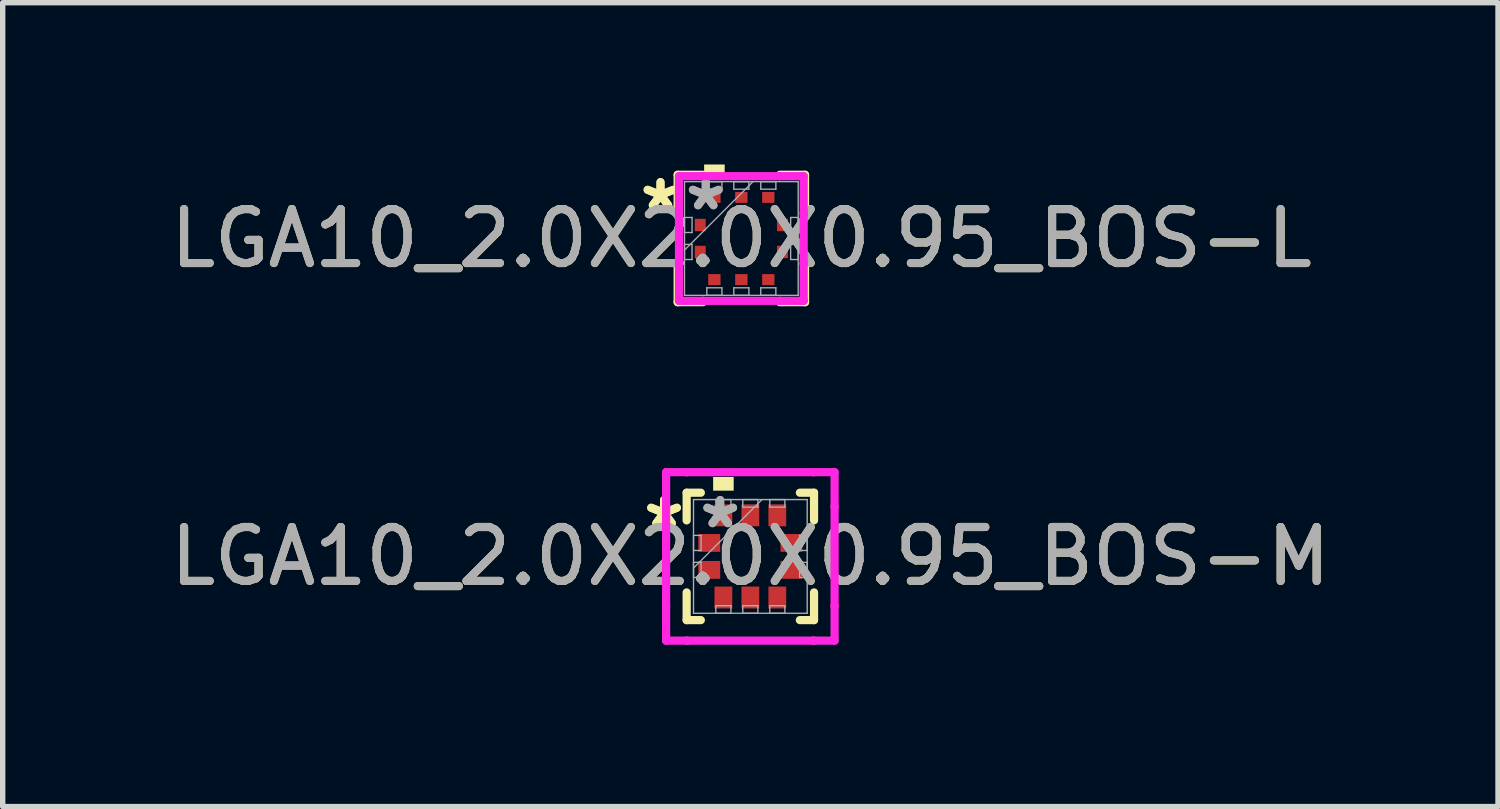
<source format=kicad_pcb>
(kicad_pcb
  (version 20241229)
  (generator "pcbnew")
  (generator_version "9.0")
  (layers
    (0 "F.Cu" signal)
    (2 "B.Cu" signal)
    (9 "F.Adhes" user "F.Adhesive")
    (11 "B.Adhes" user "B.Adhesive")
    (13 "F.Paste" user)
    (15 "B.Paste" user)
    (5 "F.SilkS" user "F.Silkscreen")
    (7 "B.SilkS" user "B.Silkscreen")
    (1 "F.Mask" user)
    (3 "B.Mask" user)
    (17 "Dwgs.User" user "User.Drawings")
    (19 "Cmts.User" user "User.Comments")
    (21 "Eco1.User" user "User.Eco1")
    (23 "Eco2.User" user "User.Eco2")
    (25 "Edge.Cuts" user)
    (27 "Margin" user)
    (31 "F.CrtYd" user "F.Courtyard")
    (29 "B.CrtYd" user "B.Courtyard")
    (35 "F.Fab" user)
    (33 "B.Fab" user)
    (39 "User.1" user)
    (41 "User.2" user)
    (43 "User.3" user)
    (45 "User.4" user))
  (footprint "LGA10_2.0X2.0X0.95_BOS-M"
    (layer "F.Cu")
    (at 10.863 7.267)
    (property "Reference" "LGA10_2.0X2.0X0.95_BOS-M" (at 0 0 0) (unlocked yes) (layer "F.SilkS") (effects (font (size 1 1) (thickness 0.15))))
    (attr smd)
    (fp_line (start -1.181 -1.181) (end -1.181 -0.668) (stroke (width 0.152) (type solid)) (layer "F.SilkS"))
    (fp_line (start -1.181 0.668) (end -1.181 1.181) (stroke (width 0.152) (type solid)) (layer "F.SilkS"))
    (fp_line (start -1.181 1.181) (end -0.918 1.181) (stroke (width 0.152) (type solid)) (layer "F.SilkS"))
    (fp_line (start -0.918 -1.181) (end -1.181 -1.181) (stroke (width 0.152) (type solid)) (layer "F.SilkS"))
    (fp_line (start 0.918 1.181) (end 1.181 1.181) (stroke (width 0.152) (type solid)) (layer "F.SilkS"))
    (fp_line (start 1.181 -1.181) (end 0.918 -1.181) (stroke (width 0.152) (type solid)) (layer "F.SilkS"))
    (fp_line (start 1.181 -0.668) (end 1.181 -1.181) (stroke (width 0.152) (type solid)) (layer "F.SilkS"))
    (fp_line (start 1.181 1.181) (end 1.181 0.668) (stroke (width 0.152) (type solid)) (layer "F.SilkS"))
    (fp_poly (pts (xy -0.69 -1.219) (xy -0.69 -1.473) (xy -0.309 -1.473) (xy -0.309 -1.219)) (stroke (width 0) (type solid)) (fill yes) (layer "F.SilkS"))
    (fp_line (start -1.562 -1.562) (end -1.173 -1.562) (stroke (width 0.152) (type solid)) (layer "F.CrtYd"))
    (fp_line (start -1.562 -0.923) (end -1.562 -1.562) (stroke (width 0.152) (type solid)) (layer "F.CrtYd"))
    (fp_line (start -1.562 -0.923) (end -1.562 -0.923) (stroke (width 0.152) (type solid)) (layer "F.CrtYd"))
    (fp_line (start -1.562 0.923) (end -1.562 -0.923) (stroke (width 0.152) (type solid)) (layer "F.CrtYd"))
    (fp_line (start -1.562 0.923) (end -1.562 0.923) (stroke (width 0.152) (type solid)) (layer "F.CrtYd"))
    (fp_line (start -1.562 1.562) (end -1.562 0.923) (stroke (width 0.152) (type solid)) (layer "F.CrtYd"))
    (fp_line (start -1.173 -1.562) (end -1.173 -1.562) (stroke (width 0.152) (type solid)) (layer "F.CrtYd"))
    (fp_line (start -1.173 -1.562) (end 1.173 -1.562) (stroke (width 0.152) (type solid)) (layer "F.CrtYd"))
    (fp_line (start -1.173 1.562) (end -1.562 1.562) (stroke (width 0.152) (type solid)) (layer "F.CrtYd"))
    (fp_line (start -1.173 1.562) (end -1.173 1.562) (stroke (width 0.152) (type solid)) (layer "F.CrtYd"))
    (fp_line (start 1.173 -1.562) (end 1.173 -1.562) (stroke (width 0.152) (type solid)) (layer "F.CrtYd"))
    (fp_line (start 1.173 -1.562) (end 1.562 -1.562) (stroke (width 0.152) (type solid)) (layer "F.CrtYd"))
    (fp_line (start 1.173 1.562) (end -1.173 1.562) (stroke (width 0.152) (type solid)) (layer "F.CrtYd"))
    (fp_line (start 1.173 1.562) (end 1.173 1.562) (stroke (width 0.152) (type solid)) (layer "F.CrtYd"))
    (fp_line (start 1.562 -1.562) (end 1.562 -0.923) (stroke (width 0.152) (type solid)) (layer "F.CrtYd"))
    (fp_line (start 1.562 -0.923) (end 1.562 -0.923) (stroke (width 0.152) (type solid)) (layer "F.CrtYd"))
    (fp_line (start 1.562 -0.923) (end 1.562 0.923) (stroke (width 0.152) (type solid)) (layer "F.CrtYd"))
    (fp_line (start 1.562 0.923) (end 1.562 0.923) (stroke (width 0.152) (type solid)) (layer "F.CrtYd"))
    (fp_line (start 1.562 0.923) (end 1.562 1.562) (stroke (width 0.152) (type solid)) (layer "F.CrtYd"))
    (fp_line (start 1.562 1.562) (end 1.173 1.562) (stroke (width 0.152) (type solid)) (layer "F.CrtYd"))
    (fp_line (start -1.054 -1.054) (end -1.054 -1.054) (stroke (width 0.025) (type solid)) (layer "F.Fab"))
    (fp_line (start -1.054 -1.054) (end -1.054 1.054) (stroke (width 0.025) (type solid)) (layer "F.Fab"))
    (fp_line (start -1.054 -0.39) (end -0.914 -0.39) (stroke (width 0.025) (type solid)) (layer "F.Fab"))
    (fp_line (start -1.054 -0.11) (end -1.054 -0.39) (stroke (width 0.025) (type solid)) (layer "F.Fab"))
    (fp_line (start -1.054 0.11) (end -0.914 0.11) (stroke (width 0.025) (type solid)) (layer "F.Fab"))
    (fp_line (start -1.054 0.216) (end 0.216 -1.054) (stroke (width 0.025) (type solid)) (layer "F.Fab"))
    (fp_line (start -1.054 0.39) (end -1.054 0.11) (stroke (width 0.025) (type solid)) (layer "F.Fab"))
    (fp_line (start -1.054 1.054) (end -1.054 1.054) (stroke (width 0.025) (type solid)) (layer "F.Fab"))
    (fp_line (start -1.054 1.054) (end 1.054 1.054) (stroke (width 0.025) (type solid)) (layer "F.Fab"))
    (fp_line (start -0.914 -0.39) (end -0.914 -0.11) (stroke (width 0.025) (type solid)) (layer "F.Fab"))
    (fp_line (start -0.914 -0.11) (end -1.054 -0.11) (stroke (width 0.025) (type solid)) (layer "F.Fab"))
    (fp_line (start -0.914 0.11) (end -0.914 0.39) (stroke (width 0.025) (type solid)) (layer "F.Fab"))
    (fp_line (start -0.914 0.39) (end -1.054 0.39) (stroke (width 0.025) (type solid)) (layer "F.Fab"))
    (fp_line (start -0.64 -1.054) (end -0.36 -1.054) (stroke (width 0.025) (type solid)) (layer "F.Fab"))
    (fp_line (start -0.64 -0.914) (end -0.64 -1.054) (stroke (width 0.025) (type solid)) (layer "F.Fab"))
    (fp_line (start -0.64 0.914) (end -0.36 0.914) (stroke (width 0.025) (type solid)) (layer "F.Fab"))
    (fp_line (start -0.64 1.054) (end -0.64 0.914) (stroke (width 0.025) (type solid)) (layer "F.Fab"))
    (fp_line (start -0.36 -1.054) (end -0.36 -0.914) (stroke (width 0.025) (type solid)) (layer "F.Fab"))
    (fp_line (start -0.36 -0.914) (end -0.64 -0.914) (stroke (width 0.025) (type solid)) (layer "F.Fab"))
    (fp_line (start -0.36 0.914) (end -0.36 1.054) (stroke (width 0.025) (type solid)) (layer "F.Fab"))
    (fp_line (start -0.36 1.054) (end -0.64 1.054) (stroke (width 0.025) (type solid)) (layer "F.Fab"))
    (fp_line (start -0.14 -1.054) (end 0.14 -1.054) (stroke (width 0.025) (type solid)) (layer "F.Fab"))
    (fp_line (start -0.14 -0.914) (end -0.14 -1.054) (stroke (width 0.025) (type solid)) (layer "F.Fab"))
    (fp_line (start -0.14 0.914) (end 0.14 0.914) (stroke (width 0.025) (type solid)) (layer "F.Fab"))
    (fp_line (start -0.14 1.054) (end -0.14 0.914) (stroke (width 0.025) (type solid)) (layer "F.Fab"))
    (fp_line (start 0.14 -1.054) (end 0.14 -0.914) (stroke (width 0.025) (type solid)) (layer "F.Fab"))
    (fp_line (start 0.14 -0.914) (end -0.14 -0.914) (stroke (width 0.025) (type solid)) (layer "F.Fab"))
    (fp_line (start 0.14 0.914) (end 0.14 1.054) (stroke (width 0.025) (type solid)) (layer "F.Fab"))
    (fp_line (start 0.14 1.054) (end -0.14 1.054) (stroke (width 0.025) (type solid)) (layer "F.Fab"))
    (fp_line (start 0.36 -1.054) (end 0.64 -1.054) (stroke (width 0.025) (type solid)) (layer "F.Fab"))
    (fp_line (start 0.36 -0.914) (end 0.36 -1.054) (stroke (width 0.025) (type solid)) (layer "F.Fab"))
    (fp_line (start 0.36 0.914) (end 0.64 0.914) (stroke (width 0.025) (type solid)) (layer "F.Fab"))
    (fp_line (start 0.36 1.054) (end 0.36 0.914) (stroke (width 0.025) (type solid)) (layer "F.Fab"))
    (fp_line (start 0.64 -1.054) (end 0.64 -0.914) (stroke (width 0.025) (type solid)) (layer "F.Fab"))
    (fp_line (start 0.64 -0.914) (end 0.36 -0.914) (stroke (width 0.025) (type solid)) (layer "F.Fab"))
    (fp_line (start 0.64 0.914) (end 0.64 1.054) (stroke (width 0.025) (type solid)) (layer "F.Fab"))
    (fp_line (start 0.64 1.054) (end 0.36 1.054) (stroke (width 0.025) (type solid)) (layer "F.Fab"))
    (fp_line (start 0.914 -0.39) (end 1.054 -0.39) (stroke (width 0.025) (type solid)) (layer "F.Fab"))
    (fp_line (start 0.914 -0.11) (end 0.914 -0.39) (stroke (width 0.025) (type solid)) (layer "F.Fab"))
    (fp_line (start 0.914 0.11) (end 1.054 0.11) (stroke (width 0.025) (type solid)) (layer "F.Fab"))
    (fp_line (start 0.914 0.39) (end 0.914 0.11) (stroke (width 0.025) (type solid)) (layer "F.Fab"))
    (fp_line (start 1.054 -1.054) (end -1.054 -1.054) (stroke (width 0.025) (type solid)) (layer "F.Fab"))
    (fp_line (start 1.054 -1.054) (end 1.054 -1.054) (stroke (width 0.025) (type solid)) (layer "F.Fab"))
    (fp_line (start 1.054 -0.39) (end 1.054 -0.11) (stroke (width 0.025) (type solid)) (layer "F.Fab"))
    (fp_line (start 1.054 -0.11) (end 0.914 -0.11) (stroke (width 0.025) (type solid)) (layer "F.Fab"))
    (fp_line (start 1.054 0.11) (end 1.054 0.39) (stroke (width 0.025) (type solid)) (layer "F.Fab"))
    (fp_line (start 1.054 0.39) (end 0.914 0.39) (stroke (width 0.025) (type solid)) (layer "F.Fab"))
    (fp_line (start 1.054 1.054) (end 1.054 -1.054) (stroke (width 0.025) (type solid)) (layer "F.Fab"))
    (fp_line (start 1.054 1.054) (end 1.054 1.054) (stroke (width 0.025) (type solid)) (layer "F.Fab"))
    (fp_text user "*" (at -1.6 -0.5 0) (layer "F.SilkS") (effects (font (size 1 1) (thickness 0.15))))
    (fp_text user "*" (at -1.6 -0.5 0) (unlocked yes) (layer "F.SilkS") (effects (font (size 1 1) (thickness 0.15))))
    (fp_text user "*" (at -0.559 -0.5 0) (unlocked yes) (layer "F.Fab") (effects (font (size 1 1) (thickness 0.15))))
    (fp_text user "*" (at -0.559 -0.5 0) (layer "F.Fab") (effects (font (size 1 1) (thickness 0.15))))
    (fp_text user "${REFERENCE}" (at 0 0 0) (unlocked yes) (layer "F.Fab") (effects (font (size 1 1) (thickness 0.15))))
    (pad "1" smd rect (at -0.762 -0.25 90) (size 0.33 0.406) (layers "F.Cu" "F.Mask" "F.Paste"))
    (pad "2" smd rect (at -0.762 0.25 90) (size 0.33 0.406) (layers "F.Cu" "F.Mask" "F.Paste"))
    (pad "3" smd rect (at -0.5 0.762) (size 0.33 0.406) (layers "F.Cu" "F.Mask" "F.Paste"))
    (pad "4" smd rect (at 0 0.762) (size 0.33 0.406) (layers "F.Cu" "F.Mask" "F.Paste"))
    (pad "5" smd rect (at 0.5 0.762) (size 0.33 0.406) (layers "F.Cu" "F.Mask" "F.Paste"))
    (pad "6" smd rect (at 0.762 0.25 90) (size 0.33 0.406) (layers "F.Cu" "F.Mask" "F.Paste"))
    (pad "7" smd rect (at 0.762 -0.25 90) (size 0.33 0.406) (layers "F.Cu" "F.Mask" "F.Paste"))
    (pad "8" smd rect (at 0.5 -0.762) (size 0.33 0.406) (layers "F.Cu" "F.Mask" "F.Paste"))
    (pad "9" smd rect (at 0 -0.762) (size 0.33 0.406) (layers "F.Cu" "F.Mask" "F.Paste"))
    (pad "10" smd rect (at -0.5 -0.762) (size 0.33 0.406) (layers "F.Cu" "F.Mask" "F.Paste")))
  (footprint "LGA10_2.0X2.0X0.95_BOS-L"
    (layer "F.Cu")
    (at 10.696 1.372)
    (property "Reference" "LGA10_2.0X2.0X0.95_BOS-L" (at 0 0 0) (unlocked yes) (layer "F.SilkS") (effects (font (size 1 1) (thickness 0.15))))
    (attr smd)
    (fp_line (start -1.181 -1.181) (end -1.181 -0.464) (stroke (width 0.152) (type solid)) (layer "F.SilkS"))
    (fp_line (start -1.181 0.464) (end -1.181 1.181) (stroke (width 0.152) (type solid)) (layer "F.SilkS"))
    (fp_line (start -1.181 1.181) (end -0.714 1.181) (stroke (width 0.152) (type solid)) (layer "F.SilkS"))
    (fp_line (start -0.714 -1.181) (end -1.181 -1.181) (stroke (width 0.152) (type solid)) (layer "F.SilkS"))
    (fp_line (start 0.714 1.181) (end 1.181 1.181) (stroke (width 0.152) (type solid)) (layer "F.SilkS"))
    (fp_line (start 1.181 -1.181) (end 0.714 -1.181) (stroke (width 0.152) (type solid)) (layer "F.SilkS"))
    (fp_line (start 1.181 -0.464) (end 1.181 -1.181) (stroke (width 0.152) (type solid)) (layer "F.SilkS"))
    (fp_line (start 1.181 1.181) (end 1.181 0.464) (stroke (width 0.152) (type solid)) (layer "F.SilkS"))
    (fp_poly (pts (xy -0.69 -1.118) (xy -0.69 -1.372) (xy -0.309 -1.372) (xy -0.309 -1.118)) (stroke (width 0) (type solid)) (fill yes) (layer "F.SilkS"))
    (fp_line (start -1.156 -1.156) (end -0.716 -1.156) (stroke (width 0.152) (type solid)) (layer "F.CrtYd"))
    (fp_line (start -1.156 -0.466) (end -1.156 -1.156) (stroke (width 0.152) (type solid)) (layer "F.CrtYd"))
    (fp_line (start -1.156 -0.466) (end -1.156 -0.466) (stroke (width 0.152) (type solid)) (layer "F.CrtYd"))
    (fp_line (start -1.156 0.466) (end -1.156 -0.466) (stroke (width 0.152) (type solid)) (layer "F.CrtYd"))
    (fp_line (start -1.156 0.466) (end -1.156 0.466) (stroke (width 0.152) (type solid)) (layer "F.CrtYd"))
    (fp_line (start -1.156 1.156) (end -1.156 0.466) (stroke (width 0.152) (type solid)) (layer "F.CrtYd"))
    (fp_line (start -0.716 -1.156) (end -0.716 -1.156) (stroke (width 0.152) (type solid)) (layer "F.CrtYd"))
    (fp_line (start -0.716 -1.156) (end 0.716 -1.156) (stroke (width 0.152) (type solid)) (layer "F.CrtYd"))
    (fp_line (start -0.716 1.156) (end -1.156 1.156) (stroke (width 0.152) (type solid)) (layer "F.CrtYd"))
    (fp_line (start -0.716 1.156) (end -0.716 1.156) (stroke (width 0.152) (type solid)) (layer "F.CrtYd"))
    (fp_line (start 0.716 -1.156) (end 0.716 -1.156) (stroke (width 0.152) (type solid)) (layer "F.CrtYd"))
    (fp_line (start 0.716 -1.156) (end 1.156 -1.156) (stroke (width 0.152) (type solid)) (layer "F.CrtYd"))
    (fp_line (start 0.716 1.156) (end -0.716 1.156) (stroke (width 0.152) (type solid)) (layer "F.CrtYd"))
    (fp_line (start 0.716 1.156) (end 0.716 1.156) (stroke (width 0.152) (type solid)) (layer "F.CrtYd"))
    (fp_line (start 1.156 -1.156) (end 1.156 -0.466) (stroke (width 0.152) (type solid)) (layer "F.CrtYd"))
    (fp_line (start 1.156 -0.466) (end 1.156 -0.466) (stroke (width 0.152) (type solid)) (layer "F.CrtYd"))
    (fp_line (start 1.156 -0.466) (end 1.156 0.466) (stroke (width 0.152) (type solid)) (layer "F.CrtYd"))
    (fp_line (start 1.156 0.466) (end 1.156 0.466) (stroke (width 0.152) (type solid)) (layer "F.CrtYd"))
    (fp_line (start 1.156 0.466) (end 1.156 1.156) (stroke (width 0.152) (type solid)) (layer "F.CrtYd"))
    (fp_line (start 1.156 1.156) (end 0.716 1.156) (stroke (width 0.152) (type solid)) (layer "F.CrtYd"))
    (fp_line (start -1.054 -1.054) (end -1.054 -1.054) (stroke (width 0.025) (type solid)) (layer "F.Fab"))
    (fp_line (start -1.054 -1.054) (end -1.054 1.054) (stroke (width 0.025) (type solid)) (layer "F.Fab"))
    (fp_line (start -1.054 -0.39) (end -0.914 -0.39) (stroke (width 0.025) (type solid)) (layer "F.Fab"))
    (fp_line (start -1.054 -0.11) (end -1.054 -0.39) (stroke (width 0.025) (type solid)) (layer "F.Fab"))
    (fp_line (start -1.054 0.11) (end -0.914 0.11) (stroke (width 0.025) (type solid)) (layer "F.Fab"))
    (fp_line (start -1.054 0.216) (end 0.216 -1.054) (stroke (width 0.025) (type solid)) (layer "F.Fab"))
    (fp_line (start -1.054 0.39) (end -1.054 0.11) (stroke (width 0.025) (type solid)) (layer "F.Fab"))
    (fp_line (start -1.054 1.054) (end -1.054 1.054) (stroke (width 0.025) (type solid)) (layer "F.Fab"))
    (fp_line (start -1.054 1.054) (end 1.054 1.054) (stroke (width 0.025) (type solid)) (layer "F.Fab"))
    (fp_line (start -0.914 -0.39) (end -0.914 -0.11) (stroke (width 0.025) (type solid)) (layer "F.Fab"))
    (fp_line (start -0.914 -0.11) (end -1.054 -0.11) (stroke (width 0.025) (type solid)) (layer "F.Fab"))
    (fp_line (start -0.914 0.11) (end -0.914 0.39) (stroke (width 0.025) (type solid)) (layer "F.Fab"))
    (fp_line (start -0.914 0.39) (end -1.054 0.39) (stroke (width 0.025) (type solid)) (layer "F.Fab"))
    (fp_line (start -0.64 -1.054) (end -0.36 -1.054) (stroke (width 0.025) (type solid)) (layer "F.Fab"))
    (fp_line (start -0.64 -0.914) (end -0.64 -1.054) (stroke (width 0.025) (type solid)) (layer "F.Fab"))
    (fp_line (start -0.64 0.914) (end -0.36 0.914) (stroke (width 0.025) (type solid)) (layer "F.Fab"))
    (fp_line (start -0.64 1.054) (end -0.64 0.914) (stroke (width 0.025) (type solid)) (layer "F.Fab"))
    (fp_line (start -0.36 -1.054) (end -0.36 -0.914) (stroke (width 0.025) (type solid)) (layer "F.Fab"))
    (fp_line (start -0.36 -0.914) (end -0.64 -0.914) (stroke (width 0.025) (type solid)) (layer "F.Fab"))
    (fp_line (start -0.36 0.914) (end -0.36 1.054) (stroke (width 0.025) (type solid)) (layer "F.Fab"))
    (fp_line (start -0.36 1.054) (end -0.64 1.054) (stroke (width 0.025) (type solid)) (layer "F.Fab"))
    (fp_line (start -0.14 -1.054) (end 0.14 -1.054) (stroke (width 0.025) (type solid)) (layer "F.Fab"))
    (fp_line (start -0.14 -0.914) (end -0.14 -1.054) (stroke (width 0.025) (type solid)) (layer "F.Fab"))
    (fp_line (start -0.14 0.914) (end 0.14 0.914) (stroke (width 0.025) (type solid)) (layer "F.Fab"))
    (fp_line (start -0.14 1.054) (end -0.14 0.914) (stroke (width 0.025) (type solid)) (layer "F.Fab"))
    (fp_line (start 0.14 -1.054) (end 0.14 -0.914) (stroke (width 0.025) (type solid)) (layer "F.Fab"))
    (fp_line (start 0.14 -0.914) (end -0.14 -0.914) (stroke (width 0.025) (type solid)) (layer "F.Fab"))
    (fp_line (start 0.14 0.914) (end 0.14 1.054) (stroke (width 0.025) (type solid)) (layer "F.Fab"))
    (fp_line (start 0.14 1.054) (end -0.14 1.054) (stroke (width 0.025) (type solid)) (layer "F.Fab"))
    (fp_line (start 0.36 -1.054) (end 0.64 -1.054) (stroke (width 0.025) (type solid)) (layer "F.Fab"))
    (fp_line (start 0.36 -0.914) (end 0.36 -1.054) (stroke (width 0.025) (type solid)) (layer "F.Fab"))
    (fp_line (start 0.36 0.914) (end 0.64 0.914) (stroke (width 0.025) (type solid)) (layer "F.Fab"))
    (fp_line (start 0.36 1.054) (end 0.36 0.914) (stroke (width 0.025) (type solid)) (layer "F.Fab"))
    (fp_line (start 0.64 -1.054) (end 0.64 -0.914) (stroke (width 0.025) (type solid)) (layer "F.Fab"))
    (fp_line (start 0.64 -0.914) (end 0.36 -0.914) (stroke (width 0.025) (type solid)) (layer "F.Fab"))
    (fp_line (start 0.64 0.914) (end 0.64 1.054) (stroke (width 0.025) (type solid)) (layer "F.Fab"))
    (fp_line (start 0.64 1.054) (end 0.36 1.054) (stroke (width 0.025) (type solid)) (layer "F.Fab"))
    (fp_line (start 0.914 -0.39) (end 1.054 -0.39) (stroke (width 0.025) (type solid)) (layer "F.Fab"))
    (fp_line (start 0.914 -0.11) (end 0.914 -0.39) (stroke (width 0.025) (type solid)) (layer "F.Fab"))
    (fp_line (start 0.914 0.11) (end 1.054 0.11) (stroke (width 0.025) (type solid)) (layer "F.Fab"))
    (fp_line (start 0.914 0.39) (end 0.914 0.11) (stroke (width 0.025) (type solid)) (layer "F.Fab"))
    (fp_line (start 1.054 -1.054) (end -1.054 -1.054) (stroke (width 0.025) (type solid)) (layer "F.Fab"))
    (fp_line (start 1.054 -1.054) (end 1.054 -1.054) (stroke (width 0.025) (type solid)) (layer "F.Fab"))
    (fp_line (start 1.054 -0.39) (end 1.054 -0.11) (stroke (width 0.025) (type solid)) (layer "F.Fab"))
    (fp_line (start 1.054 -0.11) (end 0.914 -0.11) (stroke (width 0.025) (type solid)) (layer "F.Fab"))
    (fp_line (start 1.054 0.11) (end 1.054 0.39) (stroke (width 0.025) (type solid)) (layer "F.Fab"))
    (fp_line (start 1.054 0.39) (end 0.914 0.39) (stroke (width 0.025) (type solid)) (layer "F.Fab"))
    (fp_line (start 1.054 1.054) (end 1.054 -1.054) (stroke (width 0.025) (type solid)) (layer "F.Fab"))
    (fp_line (start 1.054 1.054) (end 1.054 1.054) (stroke (width 0.025) (type solid)) (layer "F.Fab"))
    (fp_text user "*" (at -1.499 -0.5 0) (unlocked yes) (layer "F.SilkS") (effects (font (size 1 1) (thickness 0.15))))
    (fp_text user "*" (at -1.499 -0.5 0) (layer "F.SilkS") (effects (font (size 1 1) (thickness 0.15))))
    (fp_text user "*" (at -0.66 -0.5 0) (unlocked yes) (layer "F.Fab") (effects (font (size 1 1) (thickness 0.15))))
    (fp_text user "${REFERENCE}" (at 0 0 0) (unlocked yes) (layer "F.Fab") (effects (font (size 1 1) (thickness 0.15))))
    (fp_text user "*" (at -0.66 -0.5 0) (layer "F.Fab") (effects (font (size 1 1) (thickness 0.15))))
    (pad "1" smd rect (at -0.762 -0.25 90) (size 0.229 0.203) (layers "F.Cu" "F.Mask" "F.Paste"))
    (pad "2" smd rect (at -0.762 0.25 90) (size 0.229 0.203) (layers "F.Cu" "F.Mask" "F.Paste"))
    (pad "3" smd rect (at -0.5 0.762) (size 0.229 0.203) (layers "F.Cu" "F.Mask" "F.Paste"))
    (pad "4" smd rect (at 0 0.762) (size 0.229 0.203) (layers "F.Cu" "F.Mask" "F.Paste"))
    (pad "5" smd rect (at 0.5 0.762) (size 0.229 0.203) (layers "F.Cu" "F.Mask" "F.Paste"))
    (pad "6" smd rect (at 0.762 0.25 90) (size 0.229 0.203) (layers "F.Cu" "F.Mask" "F.Paste"))
    (pad "7" smd rect (at 0.762 -0.25 90) (size 0.229 0.203) (layers "F.Cu" "F.Mask" "F.Paste"))
    (pad "8" smd rect (at 0.5 -0.762) (size 0.229 0.203) (layers "F.Cu" "F.Mask" "F.Paste"))
    (pad "9" smd rect (at 0 -0.762) (size 0.229 0.203) (layers "F.Cu" "F.Mask" "F.Paste"))
    (pad "10" smd rect (at -0.5 -0.762) (size 0.229 0.203) (layers "F.Cu" "F.Mask" "F.Paste")))
  (gr_rect
    (start -3 -3)
    (end 24.726 11.905)
    (stroke (width 0.1) (type default))
    (fill no)
    (layer "Edge.Cuts")))
</source>
